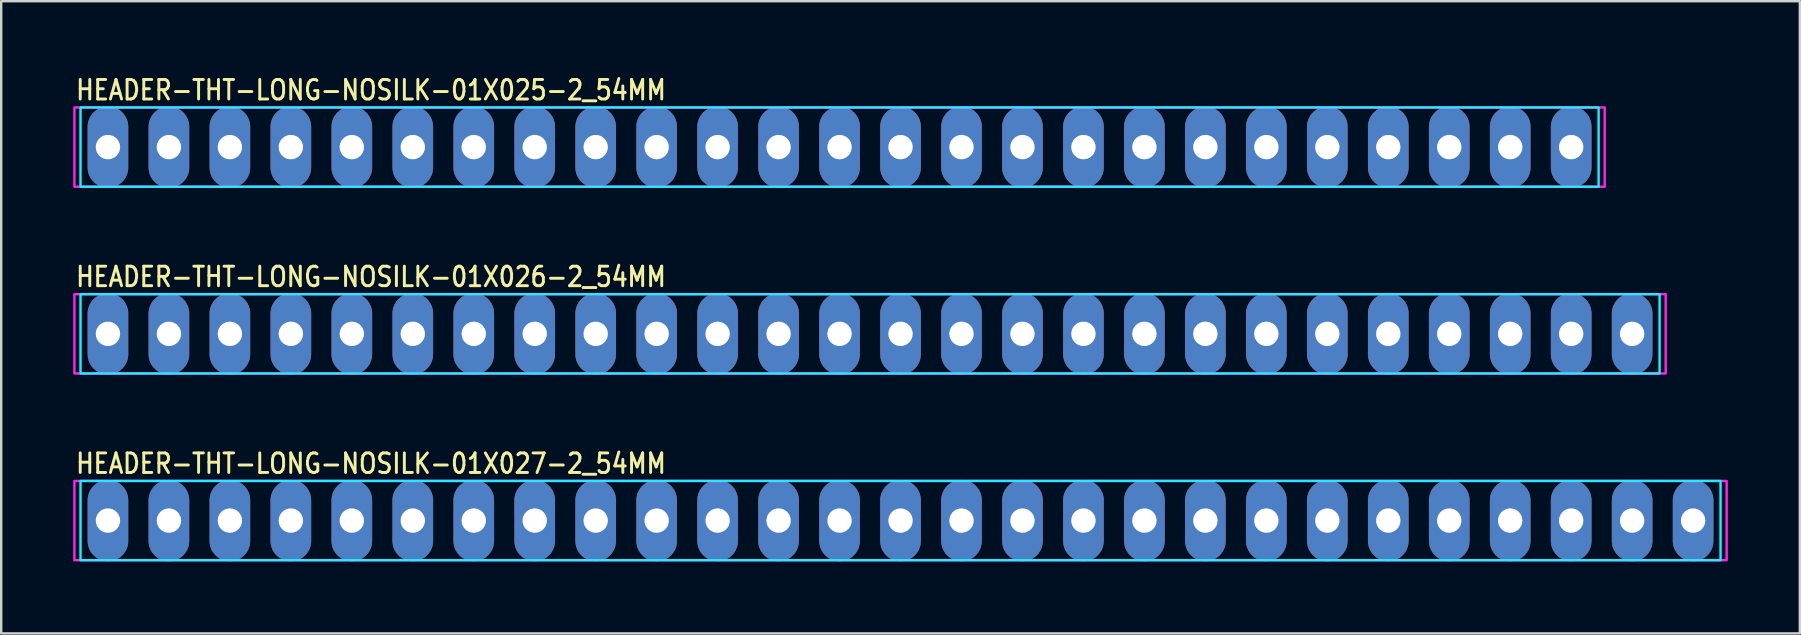
<source format=kicad_pcb>
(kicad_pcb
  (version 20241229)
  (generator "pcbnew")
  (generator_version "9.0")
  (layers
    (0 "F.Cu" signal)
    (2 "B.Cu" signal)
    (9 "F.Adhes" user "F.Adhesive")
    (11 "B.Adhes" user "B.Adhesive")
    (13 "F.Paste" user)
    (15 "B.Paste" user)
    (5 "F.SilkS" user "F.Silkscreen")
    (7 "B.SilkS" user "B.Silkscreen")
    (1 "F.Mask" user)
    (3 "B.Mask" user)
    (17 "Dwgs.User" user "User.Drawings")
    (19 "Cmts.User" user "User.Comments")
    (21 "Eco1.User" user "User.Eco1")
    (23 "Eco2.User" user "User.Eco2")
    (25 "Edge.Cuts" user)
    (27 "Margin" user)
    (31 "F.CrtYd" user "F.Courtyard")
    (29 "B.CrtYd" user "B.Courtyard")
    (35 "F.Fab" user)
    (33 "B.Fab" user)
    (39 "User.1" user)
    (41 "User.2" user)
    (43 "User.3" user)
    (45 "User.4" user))
  (footprint "HEADER-THT-LONG-NOSILK-01X025-2_54MM"
    (layer "F.Cu")
    (at 1.447 3.079)
    (property "Reference" "HEADER-THT-LONG-NOSILK-01X025-2_54MM" (at -1.4 -1.9 0) (unlocked yes) (layer "F.SilkS") (effects (font (size 0.813 0.695) (thickness 0.122)) (justify left bottom)))
    (fp_poly (pts (xy -1.143 -1.651) (xy 62.103 -1.651) (xy 62.103 1.651) (xy -1.143 1.651)) (stroke (width 0.1) (type solid)) (fill no) (layer "B.CrtYd"))
    (fp_poly (pts (xy -1.397 -1.651) (xy 62.357 -1.651) (xy 62.357 1.651) (xy -1.397 1.651)) (stroke (width 0.1) (type solid)) (fill no) (layer "F.CrtYd"))
    (pad "P$1" thru_hole oval (at 0 0 90) (size 3.387 1.693) (drill 1.016) (layers "*.Cu" "*.Mask"))
    (pad "P$2" thru_hole oval (at 2.54 0 90) (size 3.387 1.693) (drill 1.016) (layers "*.Cu" "*.Mask"))
    (pad "P$3" thru_hole oval (at 5.08 0 90) (size 3.387 1.693) (drill 1.016) (layers "*.Cu" "*.Mask"))
    (pad "P$4" thru_hole oval (at 7.62 0 90) (size 3.387 1.693) (drill 1.016) (layers "*.Cu" "*.Mask"))
    (pad "P$5" thru_hole oval (at 10.16 0 90) (size 3.387 1.693) (drill 1.016) (layers "*.Cu" "*.Mask"))
    (pad "P$6" thru_hole oval (at 12.7 0 90) (size 3.387 1.693) (drill 1.016) (layers "*.Cu" "*.Mask"))
    (pad "P$7" thru_hole oval (at 15.24 0 90) (size 3.387 1.693) (drill 1.016) (layers "*.Cu" "*.Mask"))
    (pad "P$8" thru_hole oval (at 17.78 0 90) (size 3.387 1.693) (drill 1.016) (layers "*.Cu" "*.Mask"))
    (pad "P$9" thru_hole oval (at 20.32 0 90) (size 3.387 1.693) (drill 1.016) (layers "*.Cu" "*.Mask"))
    (pad "P$10" thru_hole oval (at 22.86 0 90) (size 3.387 1.693) (drill 1.016) (layers "*.Cu" "*.Mask"))
    (pad "P$11" thru_hole oval (at 25.4 0 90) (size 3.387 1.693) (drill 1.016) (layers "*.Cu" "*.Mask"))
    (pad "P$12" thru_hole oval (at 27.94 0 90) (size 3.387 1.693) (drill 1.016) (layers "*.Cu" "*.Mask"))
    (pad "P$13" thru_hole oval (at 30.48 0 90) (size 3.387 1.693) (drill 1.016) (layers "*.Cu" "*.Mask"))
    (pad "P$14" thru_hole oval (at 33.02 0 90) (size 3.387 1.693) (drill 1.016) (layers "*.Cu" "*.Mask"))
    (pad "P$15" thru_hole oval (at 35.56 0 90) (size 3.387 1.693) (drill 1.016) (layers "*.Cu" "*.Mask"))
    (pad "P$16" thru_hole oval (at 38.1 0 90) (size 3.387 1.693) (drill 1.016) (layers "*.Cu" "*.Mask"))
    (pad "P$17" thru_hole oval (at 40.64 0 90) (size 3.387 1.693) (drill 1.016) (layers "*.Cu" "*.Mask"))
    (pad "P$18" thru_hole oval (at 43.18 0 90) (size 3.387 1.693) (drill 1.016) (layers "*.Cu" "*.Mask"))
    (pad "P$19" thru_hole oval (at 45.72 0 90) (size 3.387 1.693) (drill 1.016) (layers "*.Cu" "*.Mask"))
    (pad "P$20" thru_hole oval (at 48.26 0 90) (size 3.387 1.693) (drill 1.016) (layers "*.Cu" "*.Mask"))
    (pad "P$21" thru_hole oval (at 50.8 0 90) (size 3.387 1.693) (drill 1.016) (layers "*.Cu" "*.Mask"))
    (pad "P$22" thru_hole oval (at 53.34 0 90) (size 3.387 1.693) (drill 1.016) (layers "*.Cu" "*.Mask"))
    (pad "P$23" thru_hole oval (at 55.88 0 90) (size 3.387 1.693) (drill 1.016) (layers "*.Cu" "*.Mask"))
    (pad "P$24" thru_hole oval (at 58.42 0 90) (size 3.387 1.693) (drill 1.016) (layers "*.Cu" "*.Mask"))
    (pad "P$25" thru_hole oval (at 60.96 0 90) (size 3.387 1.693) (drill 1.016) (layers "*.Cu" "*.Mask")))
  (footprint "HEADER-THT-LONG-NOSILK-01X027-2_54MM"
    (layer "F.Cu")
    (at 1.447 18.638)
    (property "Reference" "HEADER-THT-LONG-NOSILK-01X027-2_54MM" (at -1.4 -1.9 0) (unlocked yes) (layer "F.SilkS") (effects (font (size 0.813 0.695) (thickness 0.122)) (justify left bottom)))
    (fp_poly (pts (xy -1.143 -1.651) (xy 67.183 -1.651) (xy 67.183 1.651) (xy -1.143 1.651)) (stroke (width 0.1) (type solid)) (fill no) (layer "B.CrtYd"))
    (fp_poly (pts (xy -1.397 -1.651) (xy 67.437 -1.651) (xy 67.437 1.651) (xy -1.397 1.651)) (stroke (width 0.1) (type solid)) (fill no) (layer "F.CrtYd"))
    (pad "1" thru_hole oval (at 0 0 90) (size 3.387 1.693) (drill 1.016) (layers "*.Cu" "*.Mask"))
    (pad "2" thru_hole oval (at 2.54 0 90) (size 3.387 1.693) (drill 1.016) (layers "*.Cu" "*.Mask"))
    (pad "3" thru_hole oval (at 5.08 0 90) (size 3.387 1.693) (drill 1.016) (layers "*.Cu" "*.Mask"))
    (pad "4" thru_hole oval (at 7.62 0 90) (size 3.387 1.693) (drill 1.016) (layers "*.Cu" "*.Mask"))
    (pad "5" thru_hole oval (at 10.16 0 90) (size 3.387 1.693) (drill 1.016) (layers "*.Cu" "*.Mask"))
    (pad "6" thru_hole oval (at 12.7 0 90) (size 3.387 1.693) (drill 1.016) (layers "*.Cu" "*.Mask"))
    (pad "7" thru_hole oval (at 15.24 0 90) (size 3.387 1.693) (drill 1.016) (layers "*.Cu" "*.Mask"))
    (pad "8" thru_hole oval (at 17.78 0 90) (size 3.387 1.693) (drill 1.016) (layers "*.Cu" "*.Mask"))
    (pad "9" thru_hole oval (at 20.32 0 90) (size 3.387 1.693) (drill 1.016) (layers "*.Cu" "*.Mask"))
    (pad "10" thru_hole oval (at 22.86 0 90) (size 3.387 1.693) (drill 1.016) (layers "*.Cu" "*.Mask"))
    (pad "11" thru_hole oval (at 25.4 0 90) (size 3.387 1.693) (drill 1.016) (layers "*.Cu" "*.Mask"))
    (pad "12" thru_hole oval (at 27.94 0 90) (size 3.387 1.693) (drill 1.016) (layers "*.Cu" "*.Mask"))
    (pad "13" thru_hole oval (at 30.48 0 90) (size 3.387 1.693) (drill 1.016) (layers "*.Cu" "*.Mask"))
    (pad "14" thru_hole oval (at 33.02 0 90) (size 3.387 1.693) (drill 1.016) (layers "*.Cu" "*.Mask"))
    (pad "15" thru_hole oval (at 35.56 0 90) (size 3.387 1.693) (drill 1.016) (layers "*.Cu" "*.Mask"))
    (pad "16" thru_hole oval (at 38.1 0 90) (size 3.387 1.693) (drill 1.016) (layers "*.Cu" "*.Mask"))
    (pad "17" thru_hole oval (at 40.64 0 90) (size 3.387 1.693) (drill 1.016) (layers "*.Cu" "*.Mask"))
    (pad "18" thru_hole oval (at 43.18 0 90) (size 3.387 1.693) (drill 1.016) (layers "*.Cu" "*.Mask"))
    (pad "19" thru_hole oval (at 45.72 0 90) (size 3.387 1.693) (drill 1.016) (layers "*.Cu" "*.Mask"))
    (pad "20" thru_hole oval (at 48.26 0 90) (size 3.387 1.693) (drill 1.016) (layers "*.Cu" "*.Mask"))
    (pad "21" thru_hole oval (at 50.8 0 90) (size 3.387 1.693) (drill 1.016) (layers "*.Cu" "*.Mask"))
    (pad "22" thru_hole oval (at 53.34 0 90) (size 3.387 1.693) (drill 1.016) (layers "*.Cu" "*.Mask"))
    (pad "23" thru_hole oval (at 55.88 0 90) (size 3.387 1.693) (drill 1.016) (layers "*.Cu" "*.Mask"))
    (pad "24" thru_hole oval (at 58.42 0 90) (size 3.387 1.693) (drill 1.016) (layers "*.Cu" "*.Mask"))
    (pad "25" thru_hole oval (at 60.96 0 90) (size 3.387 1.693) (drill 1.016) (layers "*.Cu" "*.Mask"))
    (pad "26" thru_hole oval (at 63.5 0 90) (size 3.387 1.693) (drill 1.016) (layers "*.Cu" "*.Mask"))
    (pad "27" thru_hole oval (at 66.04 0 90) (size 3.387 1.693) (drill 1.016) (layers "*.Cu" "*.Mask")))
  (footprint "HEADER-THT-LONG-NOSILK-01X026-2_54MM"
    (layer "F.Cu")
    (at 1.447 10.858)
    (property "Reference" "HEADER-THT-LONG-NOSILK-01X026-2_54MM" (at -1.4 -1.9 0) (unlocked yes) (layer "F.SilkS") (effects (font (size 0.813 0.695) (thickness 0.122)) (justify left bottom)))
    (fp_poly (pts (xy -1.143 -1.651) (xy 64.643 -1.651) (xy 64.643 1.651) (xy -1.143 1.651)) (stroke (width 0.1) (type solid)) (fill no) (layer "B.CrtYd"))
    (fp_poly (pts (xy -1.397 -1.651) (xy 64.897 -1.651) (xy 64.897 1.651) (xy -1.397 1.651)) (stroke (width 0.1) (type solid)) (fill no) (layer "F.CrtYd"))
    (pad "1" thru_hole oval (at 0 0 90) (size 3.387 1.693) (drill 1.016) (layers "*.Cu" "*.Mask"))
    (pad "2" thru_hole oval (at 2.54 0 90) (size 3.387 1.693) (drill 1.016) (layers "*.Cu" "*.Mask"))
    (pad "3" thru_hole oval (at 5.08 0 90) (size 3.387 1.693) (drill 1.016) (layers "*.Cu" "*.Mask"))
    (pad "4" thru_hole oval (at 7.62 0 90) (size 3.387 1.693) (drill 1.016) (layers "*.Cu" "*.Mask"))
    (pad "5" thru_hole oval (at 10.16 0 90) (size 3.387 1.693) (drill 1.016) (layers "*.Cu" "*.Mask"))
    (pad "6" thru_hole oval (at 12.7 0 90) (size 3.387 1.693) (drill 1.016) (layers "*.Cu" "*.Mask"))
    (pad "7" thru_hole oval (at 15.24 0 90) (size 3.387 1.693) (drill 1.016) (layers "*.Cu" "*.Mask"))
    (pad "8" thru_hole oval (at 17.78 0 90) (size 3.387 1.693) (drill 1.016) (layers "*.Cu" "*.Mask"))
    (pad "9" thru_hole oval (at 20.32 0 90) (size 3.387 1.693) (drill 1.016) (layers "*.Cu" "*.Mask"))
    (pad "10" thru_hole oval (at 22.86 0 90) (size 3.387 1.693) (drill 1.016) (layers "*.Cu" "*.Mask"))
    (pad "11" thru_hole oval (at 25.4 0 90) (size 3.387 1.693) (drill 1.016) (layers "*.Cu" "*.Mask"))
    (pad "12" thru_hole oval (at 27.94 0 90) (size 3.387 1.693) (drill 1.016) (layers "*.Cu" "*.Mask"))
    (pad "13" thru_hole oval (at 30.48 0 90) (size 3.387 1.693) (drill 1.016) (layers "*.Cu" "*.Mask"))
    (pad "14" thru_hole oval (at 33.02 0 90) (size 3.387 1.693) (drill 1.016) (layers "*.Cu" "*.Mask"))
    (pad "15" thru_hole oval (at 35.56 0 90) (size 3.387 1.693) (drill 1.016) (layers "*.Cu" "*.Mask"))
    (pad "16" thru_hole oval (at 38.1 0 90) (size 3.387 1.693) (drill 1.016) (layers "*.Cu" "*.Mask"))
    (pad "17" thru_hole oval (at 40.64 0 90) (size 3.387 1.693) (drill 1.016) (layers "*.Cu" "*.Mask"))
    (pad "18" thru_hole oval (at 43.18 0 90) (size 3.387 1.693) (drill 1.016) (layers "*.Cu" "*.Mask"))
    (pad "19" thru_hole oval (at 45.72 0 90) (size 3.387 1.693) (drill 1.016) (layers "*.Cu" "*.Mask"))
    (pad "20" thru_hole oval (at 48.26 0 90) (size 3.387 1.693) (drill 1.016) (layers "*.Cu" "*.Mask"))
    (pad "21" thru_hole oval (at 50.8 0 90) (size 3.387 1.693) (drill 1.016) (layers "*.Cu" "*.Mask"))
    (pad "22" thru_hole oval (at 53.34 0 90) (size 3.387 1.693) (drill 1.016) (layers "*.Cu" "*.Mask"))
    (pad "23" thru_hole oval (at 55.88 0 90) (size 3.387 1.693) (drill 1.016) (layers "*.Cu" "*.Mask"))
    (pad "24" thru_hole oval (at 58.42 0 90) (size 3.387 1.693) (drill 1.016) (layers "*.Cu" "*.Mask"))
    (pad "25" thru_hole oval (at 60.96 0 90) (size 3.387 1.693) (drill 1.016) (layers "*.Cu" "*.Mask"))
    (pad "26" thru_hole oval (at 63.5 0 90) (size 3.387 1.693) (drill 1.016) (layers "*.Cu" "*.Mask")))
  (gr_rect
    (start -3 -3)
    (end 71.934 23.339)
    (stroke (width 0.1) (type default))
    (fill no)
    (layer "Edge.Cuts")))
</source>
